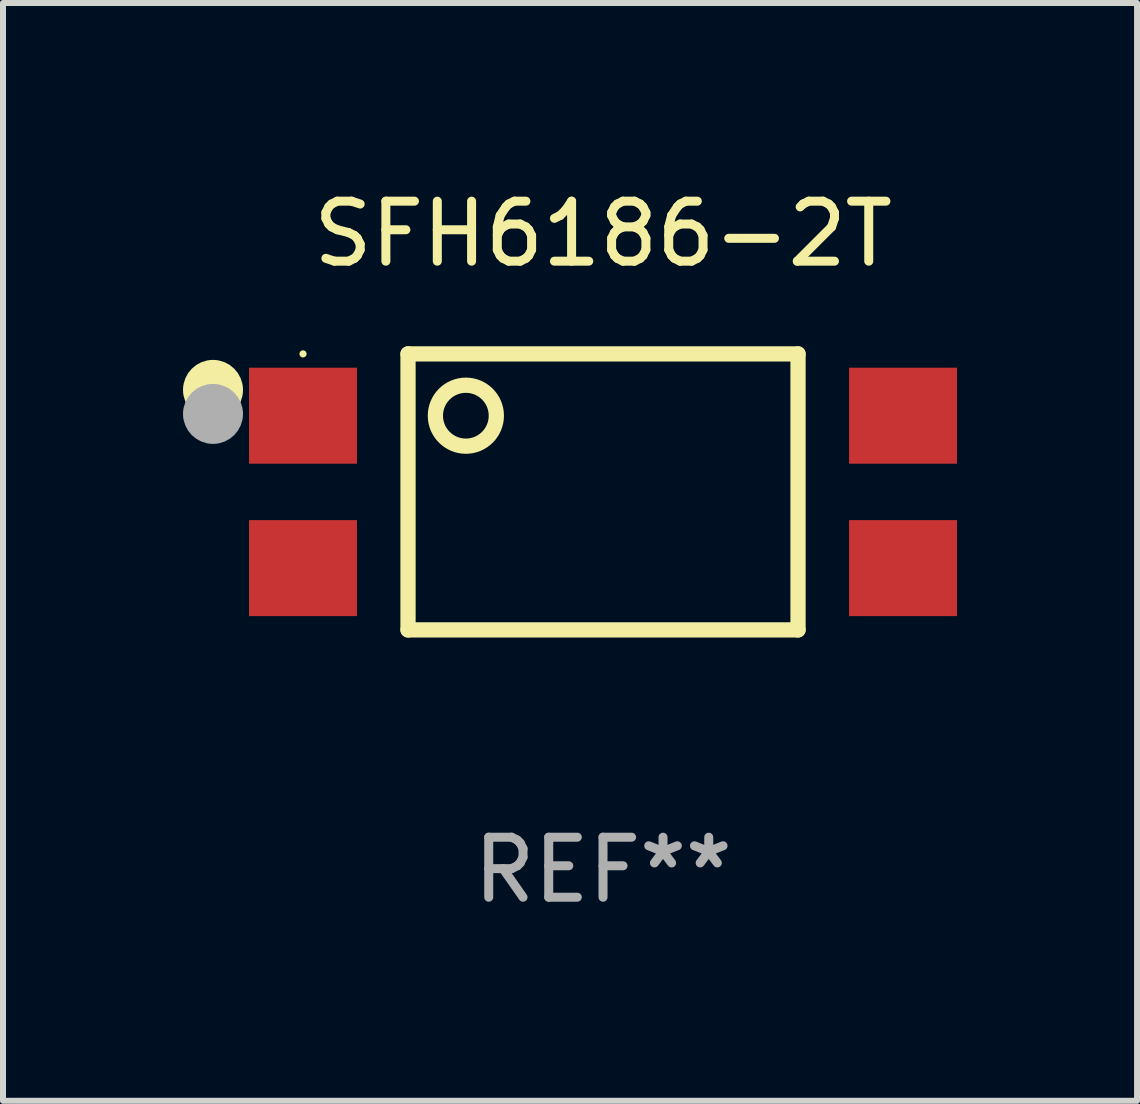
<source format=kicad_pcb>
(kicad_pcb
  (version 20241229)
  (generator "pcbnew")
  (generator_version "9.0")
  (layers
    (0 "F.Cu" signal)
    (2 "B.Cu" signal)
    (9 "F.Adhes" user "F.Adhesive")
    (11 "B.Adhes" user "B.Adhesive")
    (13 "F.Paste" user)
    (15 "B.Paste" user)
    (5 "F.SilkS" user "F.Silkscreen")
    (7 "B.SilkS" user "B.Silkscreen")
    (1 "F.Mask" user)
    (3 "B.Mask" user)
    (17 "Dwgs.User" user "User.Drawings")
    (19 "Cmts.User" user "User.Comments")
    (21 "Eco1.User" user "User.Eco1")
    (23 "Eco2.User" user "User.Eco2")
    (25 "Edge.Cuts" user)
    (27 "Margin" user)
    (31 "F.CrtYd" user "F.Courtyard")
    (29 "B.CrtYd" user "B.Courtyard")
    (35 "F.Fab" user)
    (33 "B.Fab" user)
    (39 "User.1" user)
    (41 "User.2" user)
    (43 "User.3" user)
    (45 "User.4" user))
  (footprint "SFH6186-2T"
    (layer "F.Cu")
    (at 7 5.148)
    (property "Reference" "SFH6186-2T" (at 0 -4.3 0) (layer "F.SilkS") (effects (font (size 1 1) (thickness 0.15))))
    (attr through_hole)
    (fp_line (start -3.25 -2.3) (end 3.25 -2.3) (stroke (width 0.254) (type solid)) (layer "F.SilkS"))
    (fp_line (start -3.25 2.3) (end -3.25 -2.3) (stroke (width 0.254) (type solid)) (layer "F.SilkS"))
    (fp_line (start 3.25 -2.3) (end 3.25 2.3) (stroke (width 0.254) (type solid)) (layer "F.SilkS"))
    (fp_line (start 3.25 2.3) (end -3.25 2.3) (stroke (width 0.254) (type solid)) (layer "F.SilkS"))
    (fp_circle (center -6.5 -1.7) (end -6.25 -1.7) (stroke (width 0.5) (type solid)) (fill no) (layer "F.SilkS"))
    (fp_circle (center -5 -2.3) (end -4.97 -2.3) (stroke (width 0.06) (type solid)) (fill no) (layer "F.SilkS"))
    (fp_circle (center -2.286 -1.27) (end -1.778 -1.27) (stroke (width 0.254) (type solid)) (fill no) (layer "F.SilkS"))
    (fp_circle (center -6.5 -1.3) (end -6.25 -1.3) (stroke (width 0.5) (type solid)) (fill no) (layer "F.Fab"))
    (fp_text user "REF**" (at 0 6.3 0) (layer "F.Fab") (effects (font (size 1 1) (thickness 0.15))))
    (pad "1" smd rect (at -5 -1.27) (size 1.8 1.6) (layers "F.Cu" "F.Mask" "F.Paste"))
    (pad "2" smd rect (at -5 1.27) (size 1.8 1.6) (layers "F.Cu" "F.Mask" "F.Paste"))
    (pad "3" smd rect (at 5 1.27) (size 1.8 1.6) (layers "F.Cu" "F.Mask" "F.Paste"))
    (pad "4" smd rect (at 5 -1.27) (size 1.8 1.6) (layers "F.Cu" "F.Mask" "F.Paste")))
  (gr_rect
    (start -3 -3)
    (end 15.9 15.296)
    (stroke (width 0.1) (type default))
    (fill no)
    (layer "Edge.Cuts")))
</source>
